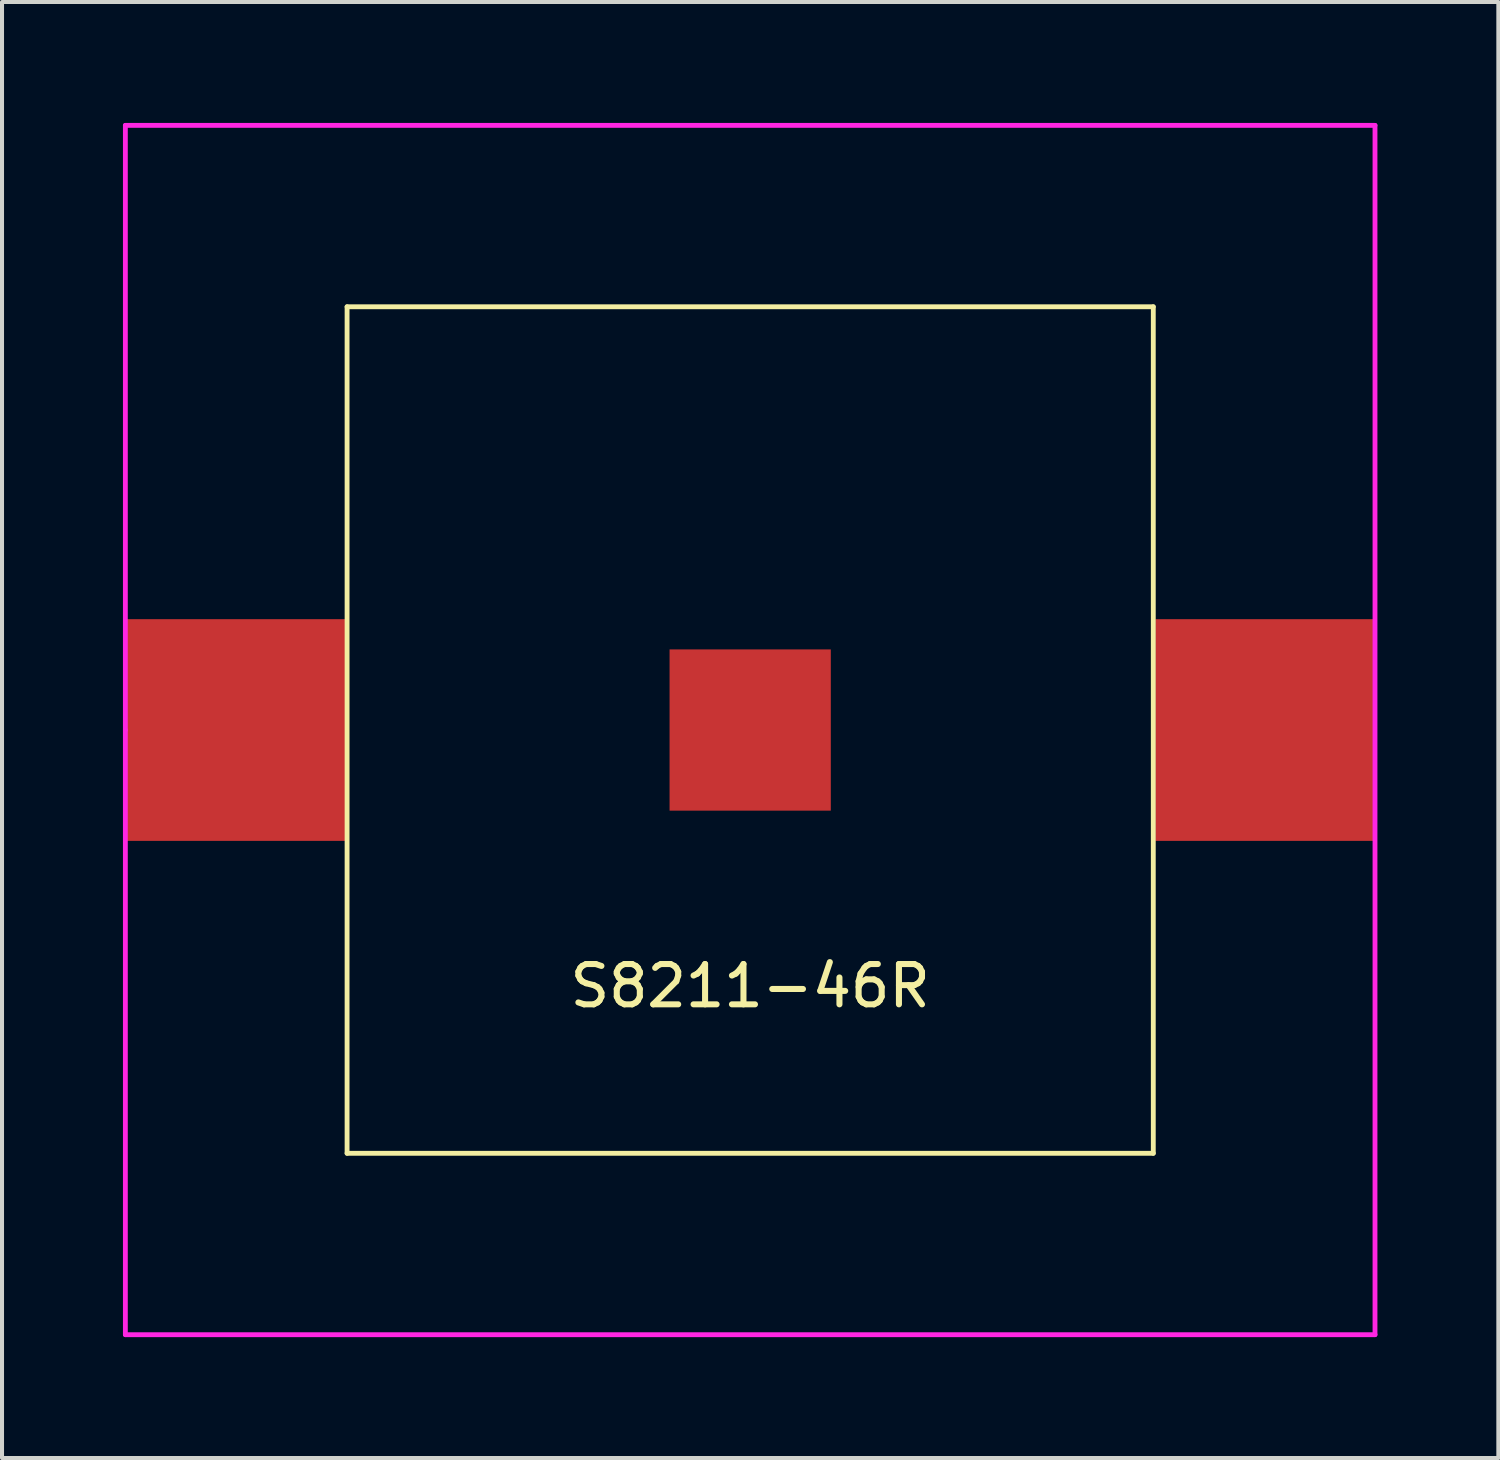
<source format=kicad_pcb>
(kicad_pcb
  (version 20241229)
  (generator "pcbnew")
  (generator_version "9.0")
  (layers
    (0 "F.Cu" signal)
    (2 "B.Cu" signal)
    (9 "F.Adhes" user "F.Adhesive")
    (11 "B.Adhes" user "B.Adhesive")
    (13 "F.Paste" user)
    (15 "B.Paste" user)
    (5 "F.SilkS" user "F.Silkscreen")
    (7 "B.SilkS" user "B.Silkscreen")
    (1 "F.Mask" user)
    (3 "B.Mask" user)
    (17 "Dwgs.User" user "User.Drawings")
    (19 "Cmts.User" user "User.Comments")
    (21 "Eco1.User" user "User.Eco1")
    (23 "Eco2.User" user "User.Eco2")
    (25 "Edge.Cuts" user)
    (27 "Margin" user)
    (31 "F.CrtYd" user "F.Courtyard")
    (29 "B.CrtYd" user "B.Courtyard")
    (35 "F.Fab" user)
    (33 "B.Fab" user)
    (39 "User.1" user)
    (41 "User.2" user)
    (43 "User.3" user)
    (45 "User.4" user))
  (footprint "S8211-46R"
    (layer "F.Cu")
    (at 15.56 15.06)
    (property "Reference" "S8211-46R" (at 0 6.35 0) (layer "F.SilkS") (effects (font (size 1 1) (thickness 0.15))))
    (attr through_hole)
    (fp_line (start -10 -10.5) (end 10 -10.5) (stroke (width 0.12) (type solid)) (layer "F.SilkS"))
    (fp_line (start -10 10.5) (end -10 -10.5) (stroke (width 0.12) (type solid)) (layer "F.SilkS"))
    (fp_line (start 10 -10.5) (end 10 10.5) (stroke (width 0.12) (type solid)) (layer "F.SilkS"))
    (fp_line (start 10 10.5) (end -10 10.5) (stroke (width 0.12) (type solid)) (layer "F.SilkS"))
    (fp_line (start -15.5 -15) (end 15.5 -15) (stroke (width 0.12) (type solid)) (layer "F.CrtYd"))
    (fp_line (start -15.5 0) (end -15.5 -15) (stroke (width 0.12) (type solid)) (layer "F.CrtYd"))
    (fp_line (start -15.5 15) (end -15.5 0) (stroke (width 0.12) (type solid)) (layer "F.CrtYd"))
    (fp_line (start 15.5 -15) (end 15.5 15) (stroke (width 0.12) (type solid)) (layer "F.CrtYd"))
    (fp_line (start 15.5 15) (end -15.5 15) (stroke (width 0.12) (type solid)) (layer "F.CrtYd"))
    (pad "1" smd rect (at -12.8 0) (size 5.5 5.5) (layers "F.Cu" "F.Mask" "F.Paste"))
    (pad "1" smd rect (at 12.8 0) (size 5.5 5.5) (layers "F.Cu" "F.Mask" "F.Paste"))
    (pad "2" smd rect (at 0 0) (size 4 4) (layers "F.Cu" "F.Mask" "F.Paste")))
  (gr_rect
    (start -3 -3)
    (end 34.12 33.12)
    (stroke (width 0.1) (type default))
    (fill no)
    (layer "Edge.Cuts")))
</source>
